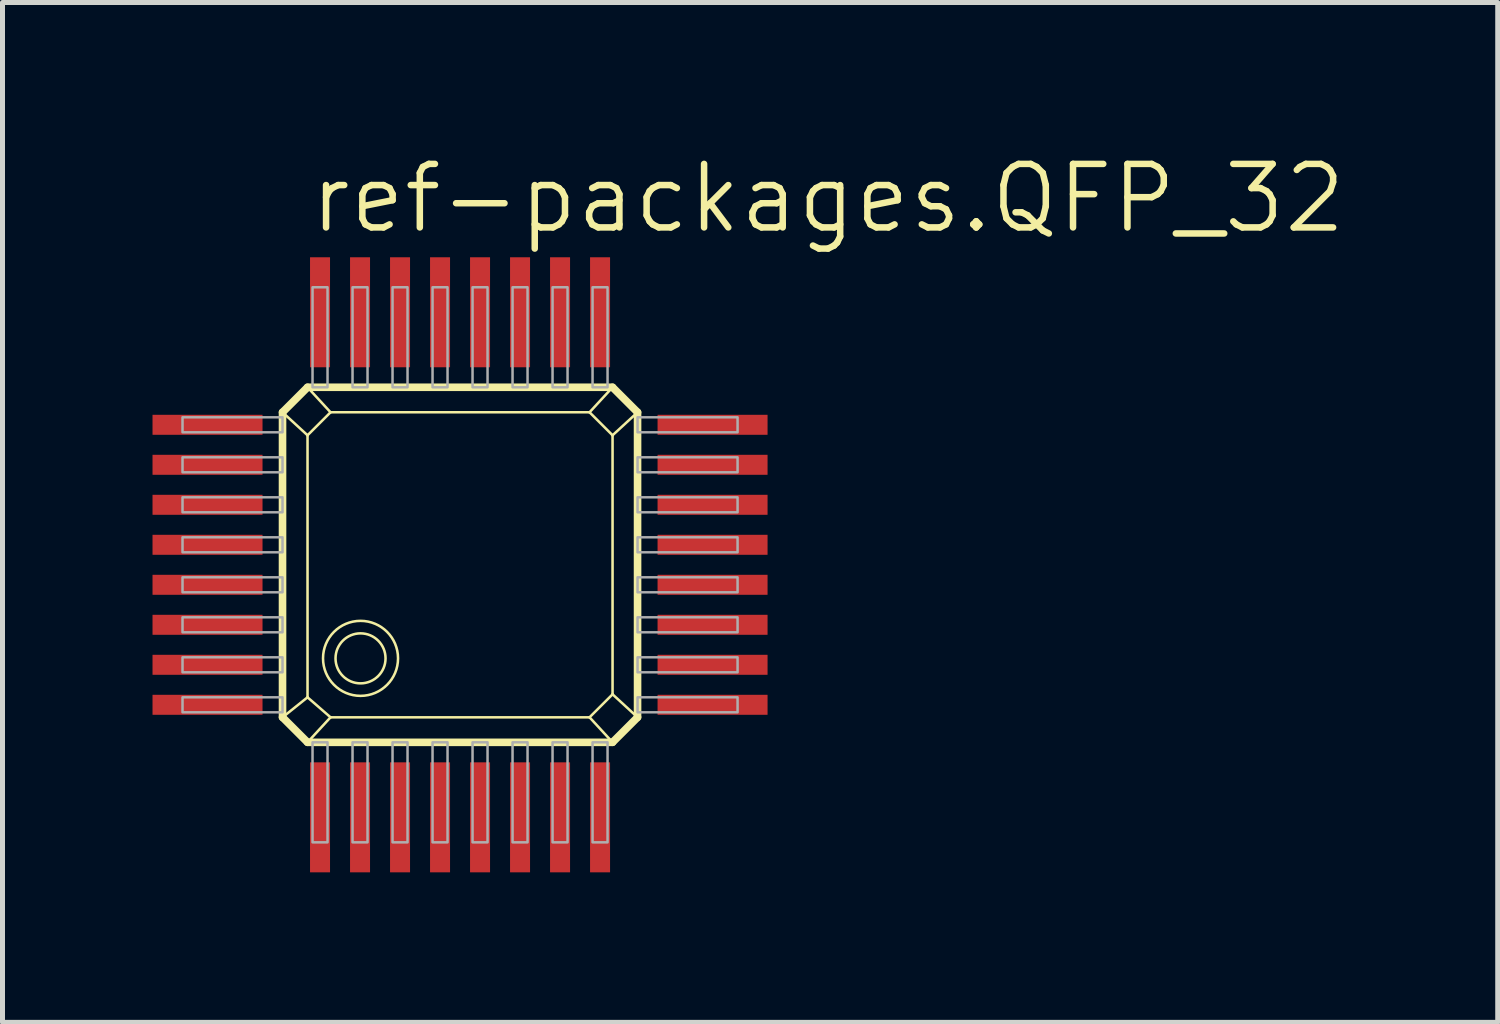
<source format=kicad_pcb>
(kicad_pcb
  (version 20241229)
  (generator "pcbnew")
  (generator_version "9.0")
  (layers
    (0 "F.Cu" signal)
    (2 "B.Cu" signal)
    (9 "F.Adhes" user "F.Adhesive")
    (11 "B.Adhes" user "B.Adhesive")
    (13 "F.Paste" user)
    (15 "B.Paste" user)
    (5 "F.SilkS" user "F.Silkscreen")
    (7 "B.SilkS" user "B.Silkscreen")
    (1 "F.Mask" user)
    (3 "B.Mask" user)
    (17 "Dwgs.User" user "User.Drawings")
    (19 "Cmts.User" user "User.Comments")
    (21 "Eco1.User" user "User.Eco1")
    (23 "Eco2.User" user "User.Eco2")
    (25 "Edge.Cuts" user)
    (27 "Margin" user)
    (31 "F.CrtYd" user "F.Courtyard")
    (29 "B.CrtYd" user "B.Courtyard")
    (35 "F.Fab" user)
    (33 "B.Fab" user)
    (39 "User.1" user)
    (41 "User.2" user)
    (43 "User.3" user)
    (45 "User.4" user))
  (footprint "ref-packages.QFP_32"
    (layer "F.Cu")
    (at 5.75 8.645)
    (property "Reference" "ref-packages.QFP_32" (at -2.667 -6.985 0) (layer "F.SilkS") (effects (font (size 1.27 1.27) (thickness 0.13)) (justify left bottom)))
    (attr smd)
    (fp_line (start -3.15 -3.45) (end -2.65 -3.95) (stroke (width 0.152) (type default)) (layer "F.SilkS"))
    (fp_line (start -3.15 -3.45) (end -2.65 -2.99) (stroke (width 0.051) (type default)) (layer "F.SilkS"))
    (fp_line (start -3.15 2.65) (end -3.15 -3.45) (stroke (width 0.152) (type default)) (layer "F.SilkS"))
    (fp_line (start -2.65 -3.95) (end -2.19 -3.45) (stroke (width 0.051) (type default)) (layer "F.SilkS"))
    (fp_line (start -2.65 -3.95) (end 3.45 -3.95) (stroke (width 0.152) (type default)) (layer "F.SilkS"))
    (fp_line (start -2.65 -2.99) (end -2.19 -3.45) (stroke (width 0.051) (type default)) (layer "F.SilkS"))
    (fp_line (start -2.65 2.25) (end -3.15 2.65) (stroke (width 0.051) (type default)) (layer "F.SilkS"))
    (fp_line (start -2.65 2.25) (end -2.65 -2.99) (stroke (width 0.051) (type default)) (layer "F.SilkS"))
    (fp_line (start -2.65 3.15) (end -3.15 2.65) (stroke (width 0.152) (type default)) (layer "F.SilkS"))
    (fp_line (start -2.65 3.15) (end -2.19 2.65) (stroke (width 0.051) (type default)) (layer "F.SilkS"))
    (fp_line (start -2.19 -3.45) (end 2.99 -3.45) (stroke (width 0.051) (type default)) (layer "F.SilkS"))
    (fp_line (start -2.19 2.65) (end -2.65 2.25) (stroke (width 0.051) (type default)) (layer "F.SilkS"))
    (fp_line (start 2.99 -3.45) (end 3.45 -2.99) (stroke (width 0.051) (type default)) (layer "F.SilkS"))
    (fp_line (start 2.99 2.65) (end -2.19 2.65) (stroke (width 0.051) (type default)) (layer "F.SilkS"))
    (fp_line (start 3.45 -3.95) (end 2.99 -3.45) (stroke (width 0.051) (type default)) (layer "F.SilkS"))
    (fp_line (start 3.45 -3.95) (end 3.95 -3.45) (stroke (width 0.152) (type default)) (layer "F.SilkS"))
    (fp_line (start 3.45 -2.99) (end 3.45 2.19) (stroke (width 0.051) (type default)) (layer "F.SilkS"))
    (fp_line (start 3.45 2.19) (end 2.99 2.65) (stroke (width 0.051) (type default)) (layer "F.SilkS"))
    (fp_line (start 3.45 3.15) (end -2.65 3.15) (stroke (width 0.152) (type default)) (layer "F.SilkS"))
    (fp_line (start 3.45 3.15) (end 2.99 2.65) (stroke (width 0.051) (type default)) (layer "F.SilkS"))
    (fp_line (start 3.95 -3.45) (end 3.45 -2.99) (stroke (width 0.051) (type default)) (layer "F.SilkS"))
    (fp_line (start 3.95 -3.45) (end 3.95 2.65) (stroke (width 0.152) (type default)) (layer "F.SilkS"))
    (fp_line (start 3.95 2.65) (end 3.45 2.19) (stroke (width 0.051) (type default)) (layer "F.SilkS"))
    (fp_line (start 3.95 2.65) (end 3.45 3.15) (stroke (width 0.152) (type default)) (layer "F.SilkS"))
    (fp_circle (center -1.59 1.471) (end -1.09 1.471) (stroke (width 0.051) (type default)) (fill no) (layer "F.SilkS"))
    (fp_circle (center -1.59 1.471) (end -0.84 1.471) (stroke (width 0.051) (type default)) (fill no) (layer "F.SilkS"))
    (fp_rect (start -5.15 -3.05) (end -3.15 -3.35) (stroke (width 0.05) (type default)) (fill no) (layer "F.Fab"))
    (fp_rect (start -5.15 -2.25) (end -3.15 -2.55) (stroke (width 0.05) (type default)) (fill no) (layer "F.Fab"))
    (fp_rect (start -5.15 -1.45) (end -3.15 -1.75) (stroke (width 0.05) (type default)) (fill no) (layer "F.Fab"))
    (fp_rect (start -5.15 -0.65) (end -3.15 -0.95) (stroke (width 0.05) (type default)) (fill no) (layer "F.Fab"))
    (fp_rect (start -5.15 0.15) (end -3.15 -0.15) (stroke (width 0.05) (type default)) (fill no) (layer "F.Fab"))
    (fp_rect (start -5.15 0.95) (end -3.15 0.65) (stroke (width 0.05) (type default)) (fill no) (layer "F.Fab"))
    (fp_rect (start -5.15 1.75) (end -3.15 1.45) (stroke (width 0.05) (type default)) (fill no) (layer "F.Fab"))
    (fp_rect (start -5.15 2.55) (end -3.15 2.25) (stroke (width 0.05) (type default)) (fill no) (layer "F.Fab"))
    (fp_rect (start -2.55 -3.95) (end -2.25 -5.95) (stroke (width 0.05) (type default)) (fill no) (layer "F.Fab"))
    (fp_rect (start -2.55 5.15) (end -2.25 3.15) (stroke (width 0.05) (type default)) (fill no) (layer "F.Fab"))
    (fp_rect (start -1.75 -3.95) (end -1.45 -5.95) (stroke (width 0.05) (type default)) (fill no) (layer "F.Fab"))
    (fp_rect (start -1.75 5.15) (end -1.45 3.15) (stroke (width 0.05) (type default)) (fill no) (layer "F.Fab"))
    (fp_rect (start -0.95 -3.95) (end -0.65 -5.95) (stroke (width 0.05) (type default)) (fill no) (layer "F.Fab"))
    (fp_rect (start -0.95 5.15) (end -0.65 3.15) (stroke (width 0.05) (type default)) (fill no) (layer "F.Fab"))
    (fp_rect (start -0.15 -3.95) (end 0.15 -5.95) (stroke (width 0.05) (type default)) (fill no) (layer "F.Fab"))
    (fp_rect (start -0.15 5.15) (end 0.15 3.15) (stroke (width 0.05) (type default)) (fill no) (layer "F.Fab"))
    (fp_rect (start 0.65 -3.95) (end 0.95 -5.95) (stroke (width 0.05) (type default)) (fill no) (layer "F.Fab"))
    (fp_rect (start 0.65 5.15) (end 0.95 3.15) (stroke (width 0.05) (type default)) (fill no) (layer "F.Fab"))
    (fp_rect (start 1.45 -3.95) (end 1.75 -5.95) (stroke (width 0.05) (type default)) (fill no) (layer "F.Fab"))
    (fp_rect (start 1.45 5.15) (end 1.75 3.15) (stroke (width 0.05) (type default)) (fill no) (layer "F.Fab"))
    (fp_rect (start 2.25 -3.95) (end 2.55 -5.95) (stroke (width 0.05) (type default)) (fill no) (layer "F.Fab"))
    (fp_rect (start 2.25 5.15) (end 2.55 3.15) (stroke (width 0.05) (type default)) (fill no) (layer "F.Fab"))
    (fp_rect (start 3.05 -3.95) (end 3.35 -5.95) (stroke (width 0.05) (type default)) (fill no) (layer "F.Fab"))
    (fp_rect (start 3.05 5.15) (end 3.35 3.15) (stroke (width 0.05) (type default)) (fill no) (layer "F.Fab"))
    (fp_rect (start 3.95 -3.05) (end 5.95 -3.35) (stroke (width 0.05) (type default)) (fill no) (layer "F.Fab"))
    (fp_rect (start 3.95 -2.25) (end 5.95 -2.55) (stroke (width 0.05) (type default)) (fill no) (layer "F.Fab"))
    (fp_rect (start 3.95 -1.45) (end 5.95 -1.75) (stroke (width 0.05) (type default)) (fill no) (layer "F.Fab"))
    (fp_rect (start 3.95 -0.65) (end 5.95 -0.95) (stroke (width 0.05) (type default)) (fill no) (layer "F.Fab"))
    (fp_rect (start 3.95 0.15) (end 5.95 -0.15) (stroke (width 0.05) (type default)) (fill no) (layer "F.Fab"))
    (fp_rect (start 3.95 0.95) (end 5.95 0.65) (stroke (width 0.05) (type default)) (fill no) (layer "F.Fab"))
    (fp_rect (start 3.95 1.75) (end 5.95 1.45) (stroke (width 0.05) (type default)) (fill no) (layer "F.Fab"))
    (fp_rect (start 3.95 2.55) (end 5.95 2.25) (stroke (width 0.05) (type default)) (fill no) (layer "F.Fab"))
    (pad "1" smd roundrect (at -2.4 4.65) (size 0.4 2.2) (layers "F.Cu" "F.Mask" "F.Paste") (roundrect_rratio 0.01))
    (pad "2" smd roundrect (at -1.6 4.65) (size 0.4 2.2) (layers "F.Cu" "F.Mask" "F.Paste") (roundrect_rratio 0.01))
    (pad "3" smd roundrect (at -0.8 4.65) (size 0.4 2.2) (layers "F.Cu" "F.Mask" "F.Paste") (roundrect_rratio 0.01))
    (pad "4" smd roundrect (at 0 4.65) (size 0.4 2.2) (layers "F.Cu" "F.Mask" "F.Paste") (roundrect_rratio 0.01))
    (pad "5" smd roundrect (at 0.8 4.65) (size 0.4 2.2) (layers "F.Cu" "F.Mask" "F.Paste") (roundrect_rratio 0.01))
    (pad "6" smd roundrect (at 1.6 4.65) (size 0.4 2.2) (layers "F.Cu" "F.Mask" "F.Paste") (roundrect_rratio 0.01))
    (pad "7" smd roundrect (at 2.4 4.65) (size 0.4 2.2) (layers "F.Cu" "F.Mask" "F.Paste") (roundrect_rratio 0.01))
    (pad "8" smd roundrect (at 3.2 4.65) (size 0.4 2.2) (layers "F.Cu" "F.Mask" "F.Paste") (roundrect_rratio 0.01))
    (pad "9" smd roundrect (at 5.45 2.4) (size 2.2 0.4) (layers "F.Cu" "F.Mask" "F.Paste") (roundrect_rratio 0.01))
    (pad "10" smd roundrect (at 5.45 1.6) (size 2.2 0.4) (layers "F.Cu" "F.Mask" "F.Paste") (roundrect_rratio 0.01))
    (pad "11" smd roundrect (at 5.45 0.8) (size 2.2 0.4) (layers "F.Cu" "F.Mask" "F.Paste") (roundrect_rratio 0.01))
    (pad "12" smd roundrect (at 5.45 0) (size 2.2 0.4) (layers "F.Cu" "F.Mask" "F.Paste") (roundrect_rratio 0.01))
    (pad "13" smd roundrect (at 5.45 -0.8) (size 2.2 0.4) (layers "F.Cu" "F.Mask" "F.Paste") (roundrect_rratio 0.01))
    (pad "14" smd roundrect (at 5.45 -1.6) (size 2.2 0.4) (layers "F.Cu" "F.Mask" "F.Paste") (roundrect_rratio 0.01))
    (pad "15" smd roundrect (at 5.45 -2.4) (size 2.2 0.4) (layers "F.Cu" "F.Mask" "F.Paste") (roundrect_rratio 0.01))
    (pad "16" smd roundrect (at 5.45 -3.2) (size 2.2 0.4) (layers "F.Cu" "F.Mask" "F.Paste") (roundrect_rratio 0.01))
    (pad "17" smd roundrect (at 3.2 -5.45) (size 0.4 2.2) (layers "F.Cu" "F.Mask" "F.Paste") (roundrect_rratio 0.01))
    (pad "18" smd roundrect (at 2.4 -5.45) (size 0.4 2.2) (layers "F.Cu" "F.Mask" "F.Paste") (roundrect_rratio 0.01))
    (pad "19" smd roundrect (at 1.6 -5.45) (size 0.4 2.2) (layers "F.Cu" "F.Mask" "F.Paste") (roundrect_rratio 0.01))
    (pad "20" smd roundrect (at 0.8 -5.45) (size 0.4 2.2) (layers "F.Cu" "F.Mask" "F.Paste") (roundrect_rratio 0.01))
    (pad "21" smd roundrect (at 0 -5.45) (size 0.4 2.2) (layers "F.Cu" "F.Mask" "F.Paste") (roundrect_rratio 0.01))
    (pad "22" smd roundrect (at -0.8 -5.45) (size 0.4 2.2) (layers "F.Cu" "F.Mask" "F.Paste") (roundrect_rratio 0.01))
    (pad "23" smd roundrect (at -1.6 -5.45) (size 0.4 2.2) (layers "F.Cu" "F.Mask" "F.Paste") (roundrect_rratio 0.01))
    (pad "24" smd roundrect (at -2.4 -5.45) (size 0.4 2.2) (layers "F.Cu" "F.Mask" "F.Paste") (roundrect_rratio 0.01))
    (pad "25" smd roundrect (at -4.65 -3.2) (size 2.2 0.4) (layers "F.Cu" "F.Mask" "F.Paste") (roundrect_rratio 0.01))
    (pad "26" smd roundrect (at -4.65 -2.4) (size 2.2 0.4) (layers "F.Cu" "F.Mask" "F.Paste") (roundrect_rratio 0.01))
    (pad "27" smd roundrect (at -4.65 -1.6) (size 2.2 0.4) (layers "F.Cu" "F.Mask" "F.Paste") (roundrect_rratio 0.01))
    (pad "28" smd roundrect (at -4.65 -0.8) (size 2.2 0.4) (layers "F.Cu" "F.Mask" "F.Paste") (roundrect_rratio 0.01))
    (pad "29" smd roundrect (at -4.65 0) (size 2.2 0.4) (layers "F.Cu" "F.Mask" "F.Paste") (roundrect_rratio 0.01))
    (pad "30" smd roundrect (at -4.65 0.8) (size 2.2 0.4) (layers "F.Cu" "F.Mask" "F.Paste") (roundrect_rratio 0.01))
    (pad "31" smd roundrect (at -4.65 1.6) (size 2.2 0.4) (layers "F.Cu" "F.Mask" "F.Paste") (roundrect_rratio 0.01))
    (pad "32" smd roundrect (at -4.65 2.4) (size 2.2 0.4) (layers "F.Cu" "F.Mask" "F.Paste") (roundrect_rratio 0.01)))
  (gr_rect
    (start -3 -3)
    (end 26.902 17.395)
    (stroke (width 0.1) (type default))
    (fill no)
    (layer "Edge.Cuts")))
</source>
